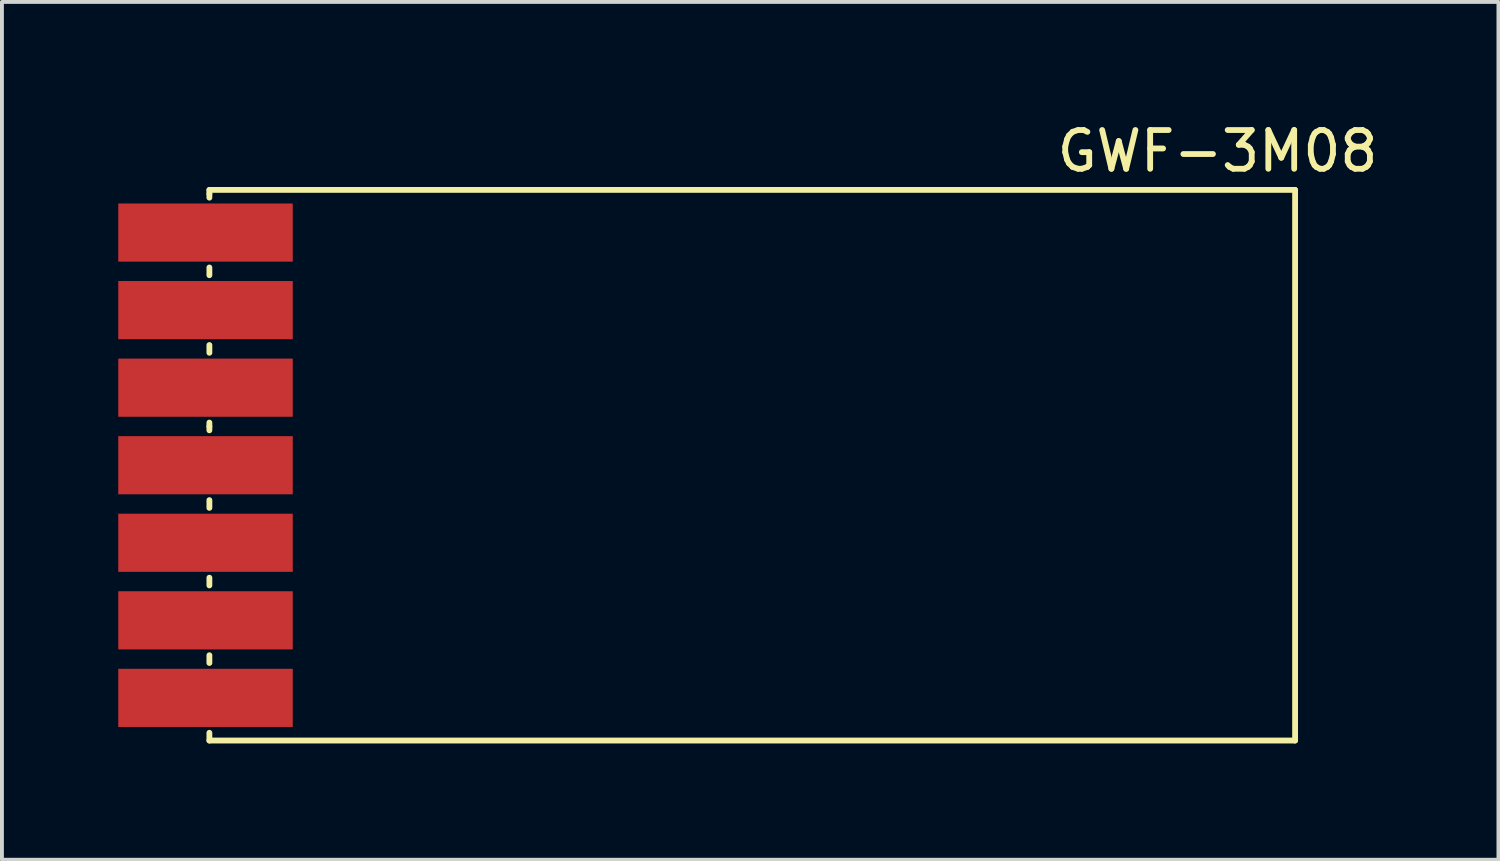
<source format=kicad_pcb>
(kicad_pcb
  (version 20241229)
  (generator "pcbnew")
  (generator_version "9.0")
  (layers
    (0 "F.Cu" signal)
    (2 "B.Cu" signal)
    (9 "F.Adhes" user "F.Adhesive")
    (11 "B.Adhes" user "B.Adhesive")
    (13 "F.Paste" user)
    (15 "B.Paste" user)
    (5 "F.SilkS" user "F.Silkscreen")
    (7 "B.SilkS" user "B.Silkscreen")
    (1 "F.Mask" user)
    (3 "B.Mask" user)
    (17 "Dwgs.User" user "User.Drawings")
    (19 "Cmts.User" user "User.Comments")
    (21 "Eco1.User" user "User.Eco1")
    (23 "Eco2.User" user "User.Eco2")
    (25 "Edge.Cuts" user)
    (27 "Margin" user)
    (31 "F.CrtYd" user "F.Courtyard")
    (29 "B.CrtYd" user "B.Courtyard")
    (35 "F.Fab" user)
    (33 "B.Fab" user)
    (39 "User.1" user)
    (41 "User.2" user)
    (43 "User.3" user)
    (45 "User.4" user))
  (footprint "GWF-3M08"
    (layer "F.Cu")
    (at 2.35 1.848)
    (property "Reference" "GWF-3M08" (at 26 -1 0) (layer "F.SilkS") (effects (font (size 1 1) (thickness 0.15))))
    (attr through_hole)
    (fp_line (start 0 0) (end 0 0.1) (stroke (width 0.15) (type solid)) (layer "F.SilkS"))
    (fp_line (start 0 0) (end 28 0) (stroke (width 0.15) (type solid)) (layer "F.SilkS"))
    (fp_line (start 0 0.1) (end 0 0.2) (stroke (width 0.15) (type solid)) (layer "F.SilkS"))
    (fp_line (start 0 2) (end 0 2.2) (stroke (width 0.15) (type solid)) (layer "F.SilkS"))
    (fp_line (start 0 4) (end 0 4.2) (stroke (width 0.15) (type solid)) (layer "F.SilkS"))
    (fp_line (start 0 6) (end 0 6.1) (stroke (width 0.15) (type solid)) (layer "F.SilkS"))
    (fp_line (start 0 6.1) (end 0 6.2) (stroke (width 0.15) (type solid)) (layer "F.SilkS"))
    (fp_line (start 0 8) (end 0 8.2) (stroke (width 0.15) (type solid)) (layer "F.SilkS"))
    (fp_line (start 0 10) (end 0 10.2) (stroke (width 0.15) (type solid)) (layer "F.SilkS"))
    (fp_line (start 0 12) (end 0 12.2) (stroke (width 0.15) (type solid)) (layer "F.SilkS"))
    (fp_line (start 0 14) (end 0 14.2) (stroke (width 0.15) (type solid)) (layer "F.SilkS"))
    (fp_line (start 28 0) (end 28 14.2) (stroke (width 0.15) (type solid)) (layer "F.SilkS"))
    (fp_line (start 28 14.2) (end 0 14.2) (stroke (width 0.15) (type solid)) (layer "F.SilkS"))
    (pad "1" smd rect (at 1.4 1.1) (size 4.5 1.5) (drill (offset -1.5 0)) (layers "F.Cu" "F.Mask" "F.Paste"))
    (pad "2" smd rect (at 1.4 3.1) (size 4.5 1.5) (drill (offset -1.5 0)) (layers "F.Cu" "F.Mask" "F.Paste"))
    (pad "3" smd rect (at 1.4 5.1) (size 4.5 1.5) (drill (offset -1.5 0)) (layers "F.Cu" "F.Mask" "F.Paste"))
    (pad "4" smd rect (at 1.4 7.1) (size 4.5 1.5) (drill (offset -1.5 0)) (layers "F.Cu" "F.Mask" "F.Paste"))
    (pad "5" smd rect (at 1.4 9.1) (size 4.5 1.5) (drill (offset -1.5 0)) (layers "F.Cu" "F.Mask" "F.Paste"))
    (pad "6" smd rect (at 1.4 11.1) (size 4.5 1.5) (drill (offset -1.5 0)) (layers "F.Cu" "F.Mask" "F.Paste"))
    (pad "7" smd rect (at 1.4 13.1) (size 4.5 1.5) (drill (offset -1.5 0)) (layers "F.Cu" "F.Mask" "F.Paste")))
  (gr_rect
    (start -3 -3)
    (end 35.594 19.123)
    (stroke (width 0.1) (type default))
    (fill no)
    (layer "Edge.Cuts")))
</source>
